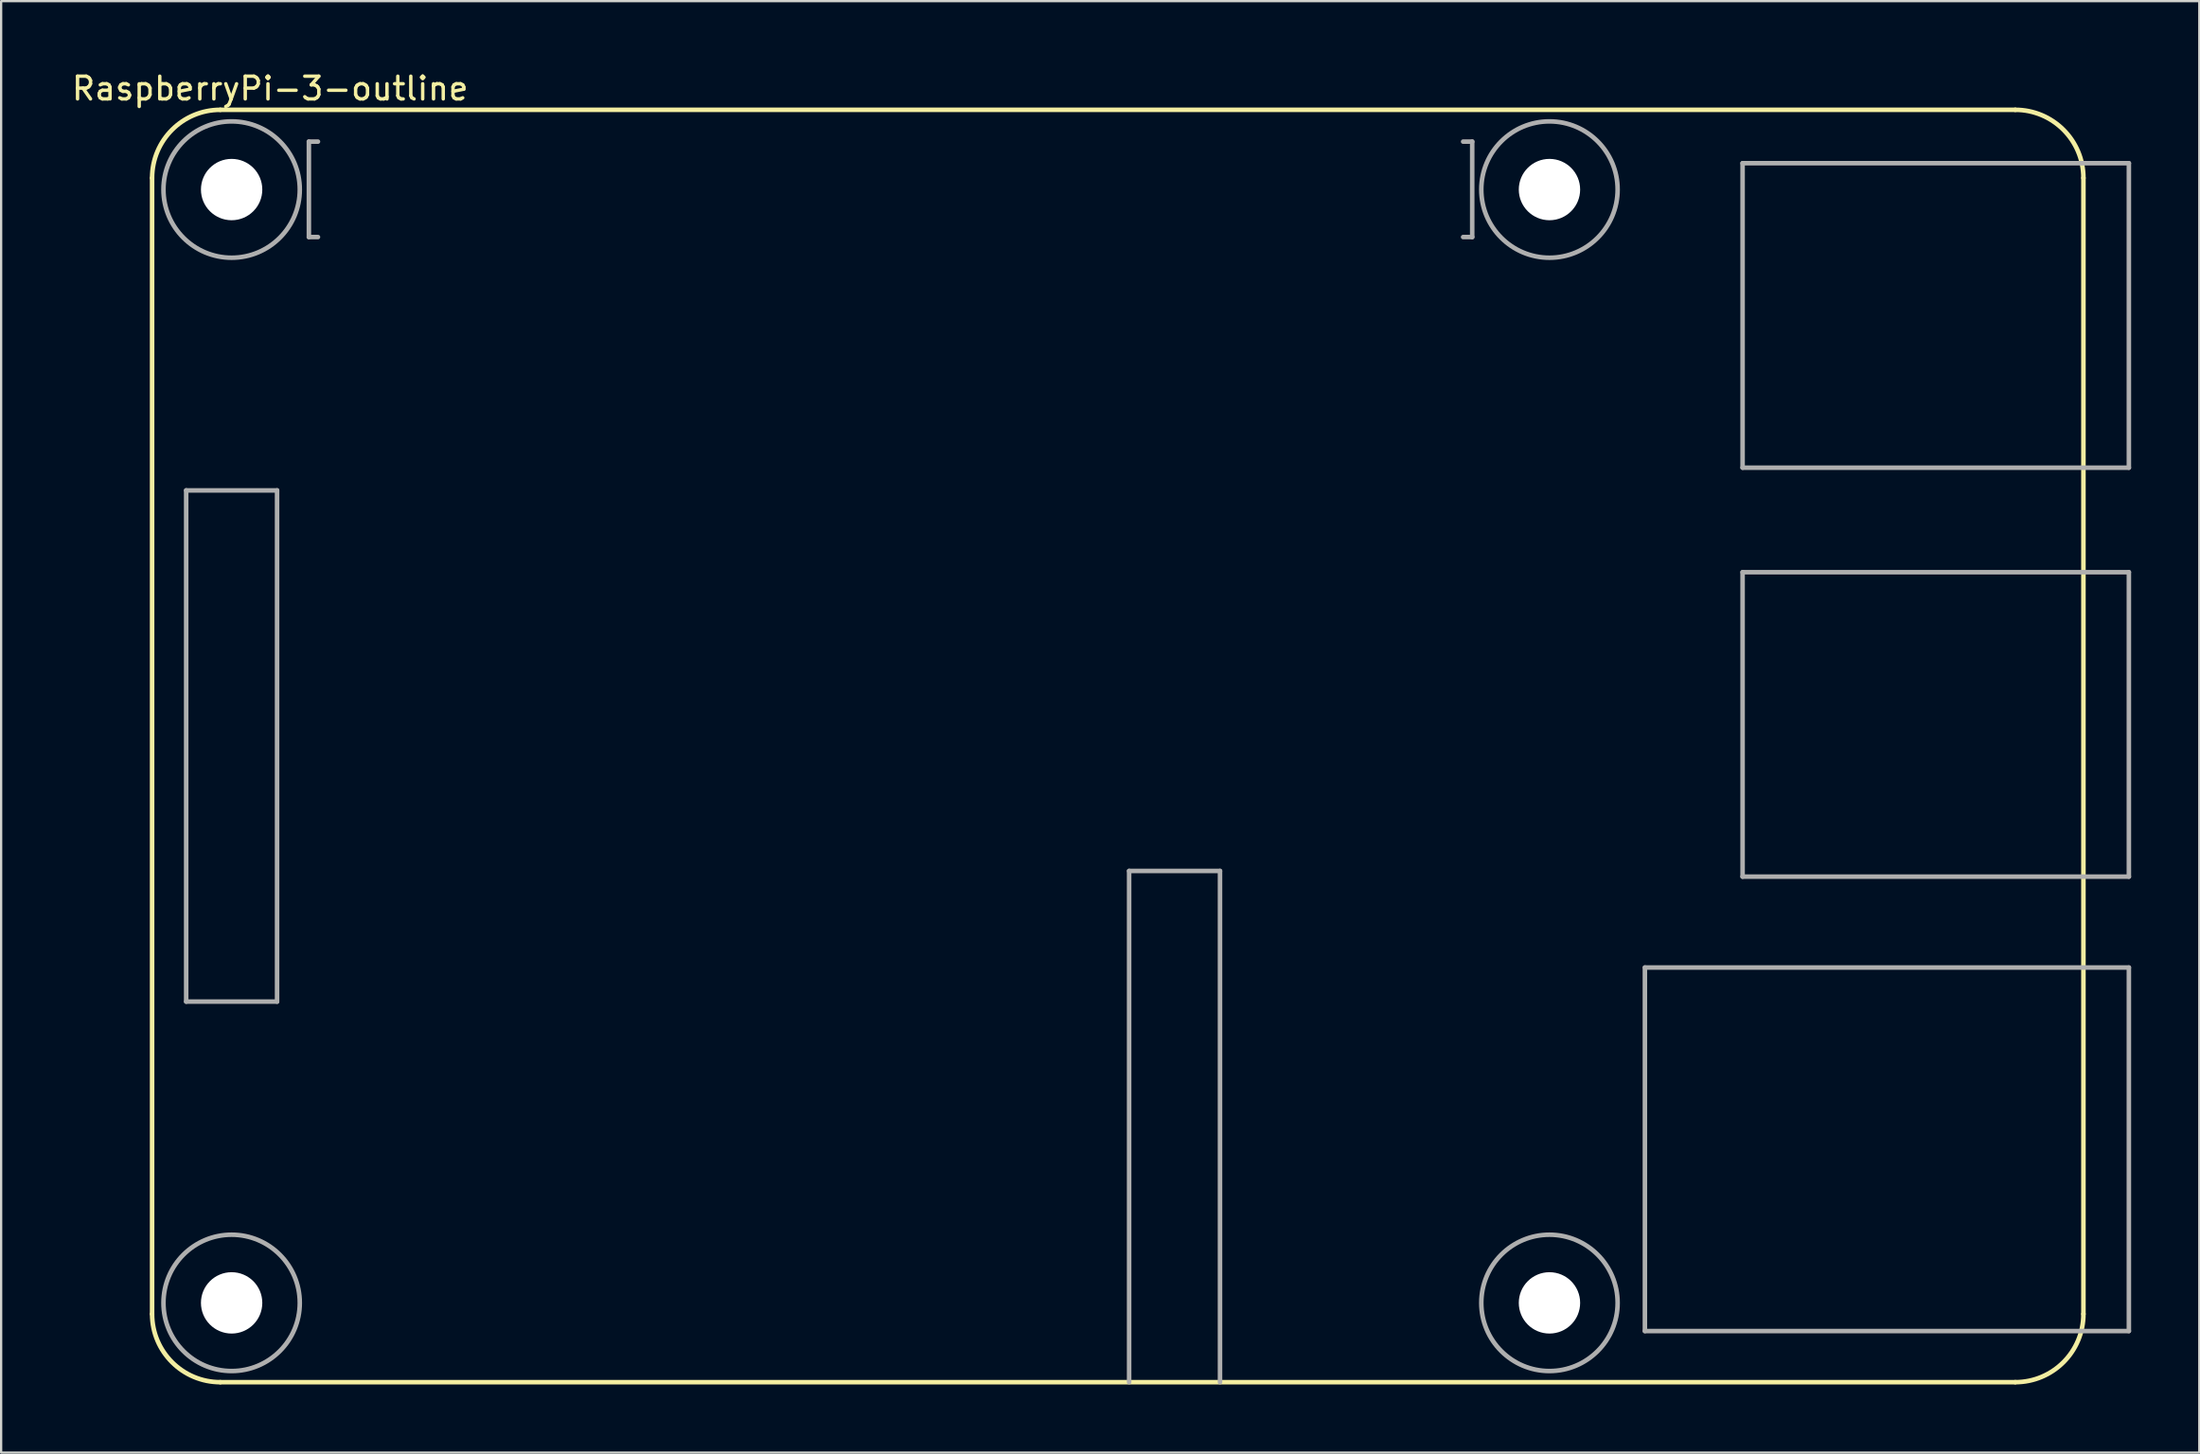
<source format=kicad_pcb>
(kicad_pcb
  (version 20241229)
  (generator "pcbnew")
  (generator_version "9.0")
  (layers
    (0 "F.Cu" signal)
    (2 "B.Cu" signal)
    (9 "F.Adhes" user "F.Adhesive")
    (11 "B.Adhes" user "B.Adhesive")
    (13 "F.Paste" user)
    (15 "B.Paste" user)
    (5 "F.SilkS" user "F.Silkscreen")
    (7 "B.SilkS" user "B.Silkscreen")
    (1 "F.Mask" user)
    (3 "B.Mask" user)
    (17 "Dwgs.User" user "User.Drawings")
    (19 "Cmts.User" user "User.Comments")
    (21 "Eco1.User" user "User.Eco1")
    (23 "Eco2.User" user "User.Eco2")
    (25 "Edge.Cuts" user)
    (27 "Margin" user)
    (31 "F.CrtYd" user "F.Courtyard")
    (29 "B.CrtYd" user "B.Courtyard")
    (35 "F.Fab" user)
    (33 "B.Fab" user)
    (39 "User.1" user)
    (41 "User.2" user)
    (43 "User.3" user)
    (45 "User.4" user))
  (footprint "RaspberryPi-3-outline"
    (layer "F.Cu")
    (at 36.144 5.293)
    (property "Reference" "RaspberryPi-3-outline" (at -27.305 -4.445 0) (layer "F.SilkS") (effects (font (size 1 1) (thickness 0.15))))
    (attr through_hole)
    (fp_line (start -32.5 49.49) (end -32.5 -0.51) (stroke (width 0.2) (type solid)) (layer "F.SilkS"))
    (fp_line (start -29.5 -3.51) (end 49.5 -3.51) (stroke (width 0.2) (type solid)) (layer "F.SilkS"))
    (fp_line (start 49.5 52.49) (end -29.5 52.49) (stroke (width 0.2) (type solid)) (layer "F.SilkS"))
    (fp_line (start 52.5 -0.51) (end 52.5 49.49) (stroke (width 0.2) (type solid)) (layer "F.SilkS"))
    (fp_arc (start -32.500001 -0.510001) (mid -31.621321 -2.631321) (end -29.5 -3.51) (stroke (width 0.2) (type solid)) (layer "F.SilkS"))
    (fp_arc (start -29.5 52.489999) (mid -31.62132 51.61132) (end -32.5 49.490001) (stroke (width 0.2) (type solid)) (layer "F.SilkS"))
    (fp_arc (start 49.499999 -3.509999) (mid 51.62132 -2.63132) (end 52.5 -0.51) (stroke (width 0.2) (type solid)) (layer "F.SilkS"))
    (fp_arc (start 52.499999 49.489999) (mid 51.62132 51.61132) (end 49.5 52.49) (stroke (width 0.2) (type solid)) (layer "F.SilkS"))
    (fp_line (start -31 13.24) (end -31 35.74) (stroke (width 0.2) (type solid)) (layer "F.Fab"))
    (fp_line (start -31 35.74) (end -27 35.74) (stroke (width 0.2) (type solid)) (layer "F.Fab"))
    (fp_line (start -27 13.24) (end -31 13.24) (stroke (width 0.2) (type solid)) (layer "F.Fab"))
    (fp_line (start -27 35.74) (end -27 13.24) (stroke (width 0.2) (type solid)) (layer "F.Fab"))
    (fp_line (start -25.6 -2.11) (end -25.6 2.09) (stroke (width 0.2) (type solid)) (layer "F.Fab"))
    (fp_line (start -25.6 2.09) (end -25.2 2.09) (stroke (width 0.2) (type solid)) (layer "F.Fab"))
    (fp_line (start -25.2 -2.11) (end -25.6 -2.11) (stroke (width 0.2) (type solid)) (layer "F.Fab"))
    (fp_line (start 10.5 29.99) (end 10.5 52.49) (stroke (width 0.2) (type solid)) (layer "F.Fab"))
    (fp_line (start 14.5 29.99) (end 10.5 29.99) (stroke (width 0.2) (type solid)) (layer "F.Fab"))
    (fp_line (start 14.5 52.49) (end 14.5 29.99) (stroke (width 0.2) (type solid)) (layer "F.Fab"))
    (fp_line (start 25.2 2.09) (end 25.6 2.09) (stroke (width 0.2) (type solid)) (layer "F.Fab"))
    (fp_line (start 25.6 -2.11) (end 25.2 -2.11) (stroke (width 0.2) (type solid)) (layer "F.Fab"))
    (fp_line (start 25.6 2.09) (end 25.6 -2.11) (stroke (width 0.2) (type solid)) (layer "F.Fab"))
    (fp_line (start 33.2 34.24) (end 33.2 50.24) (stroke (width 0.2) (type solid)) (layer "F.Fab"))
    (fp_line (start 33.2 50.24) (end 54.5 50.24) (stroke (width 0.2) (type solid)) (layer "F.Fab"))
    (fp_line (start 37.5 -1.16) (end 54.5 -1.16) (stroke (width 0.2) (type solid)) (layer "F.Fab"))
    (fp_line (start 37.5 12.24) (end 37.5 -1.16) (stroke (width 0.2) (type solid)) (layer "F.Fab"))
    (fp_line (start 37.5 16.84) (end 54.5 16.84) (stroke (width 0.2) (type solid)) (layer "F.Fab"))
    (fp_line (start 37.5 30.24) (end 37.5 16.84) (stroke (width 0.2) (type solid)) (layer "F.Fab"))
    (fp_line (start 54.5 -1.16) (end 54.5 12.24) (stroke (width 0.2) (type solid)) (layer "F.Fab"))
    (fp_line (start 54.5 12.24) (end 37.5 12.24) (stroke (width 0.2) (type solid)) (layer "F.Fab"))
    (fp_line (start 54.5 16.84) (end 54.5 30.24) (stroke (width 0.2) (type solid)) (layer "F.Fab"))
    (fp_line (start 54.5 30.24) (end 37.5 30.24) (stroke (width 0.2) (type solid)) (layer "F.Fab"))
    (fp_line (start 54.5 34.24) (end 33.2 34.24) (stroke (width 0.2) (type solid)) (layer "F.Fab"))
    (fp_line (start 54.5 34.24) (end 54.5 50.24) (stroke (width 0.2) (type solid)) (layer "F.Fab"))
    (fp_circle (center -29 0) (end -26 0) (stroke (width 0.2) (type solid)) (fill no) (layer "F.Fab"))
    (fp_circle (center -29 49) (end -26 49) (stroke (width 0.2) (type solid)) (fill no) (layer "F.Fab"))
    (fp_circle (center 29 0) (end 32 0) (stroke (width 0.2) (type solid)) (fill no) (layer "F.Fab"))
    (fp_circle (center 29 49) (end 32 49) (stroke (width 0.2) (type solid)) (fill no) (layer "F.Fab"))
    (pad "" np_thru_hole circle (at -29 0) (size 2.7 2.7) (drill 2.7) (layers "*.Cu" "*.Mask"))
    (pad "" np_thru_hole circle (at -29 49) (size 2.7 2.7) (drill 2.7) (layers "*.Cu" "*.Mask"))
    (pad "" np_thru_hole circle (at 29 0) (size 2.7 2.7) (drill 2.7) (layers "*.Cu" "*.Mask"))
    (pad "" np_thru_hole circle (at 29 49) (size 2.7 2.7) (drill 2.7) (layers "*.Cu" "*.Mask")))
  (gr_rect
    (start -3 -3)
    (end 93.744 60.883)
    (stroke (width 0.1) (type default))
    (fill no)
    (layer "Edge.Cuts")))
</source>
